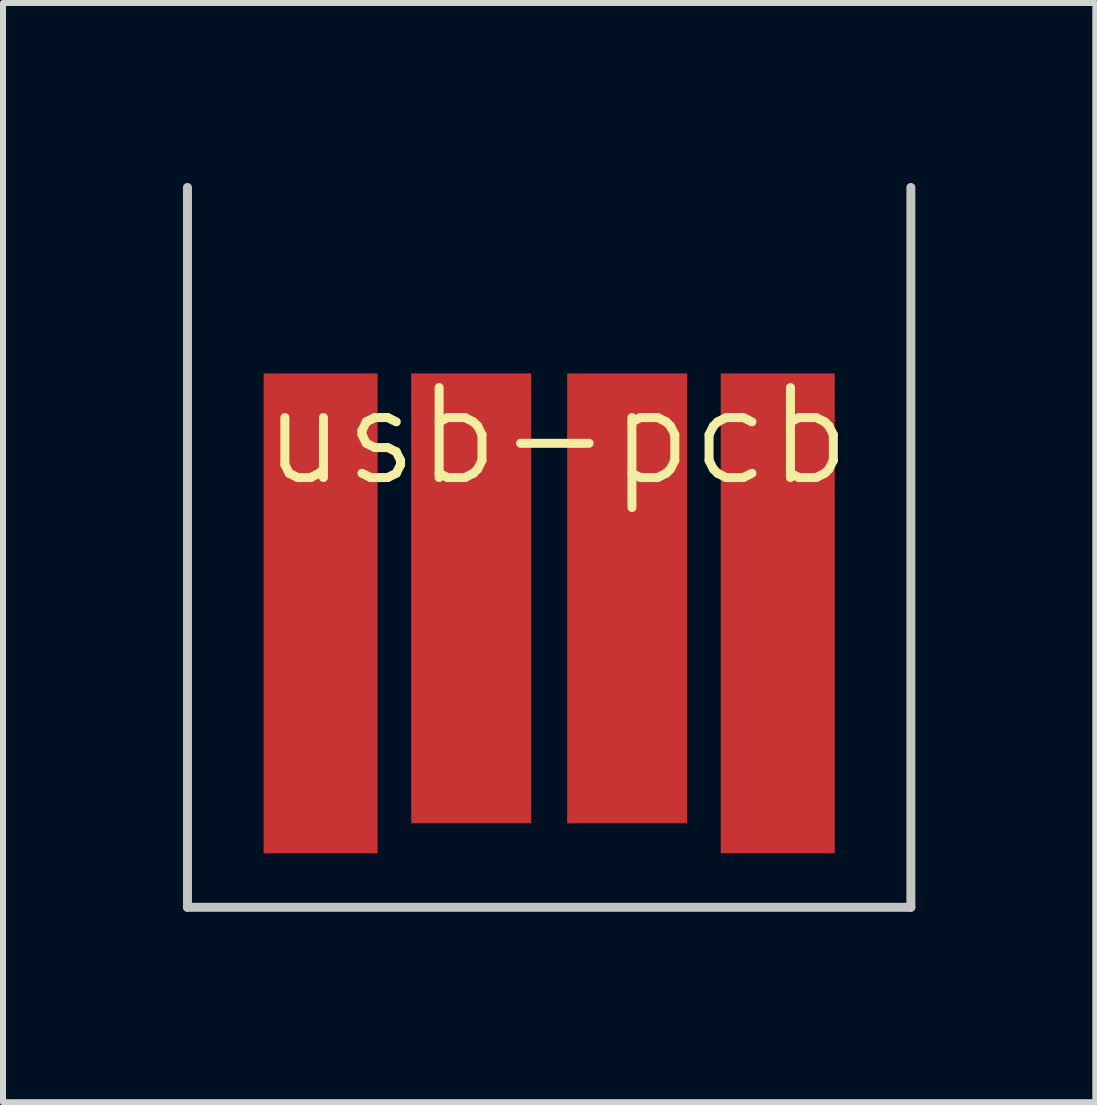
<source format=kicad_pcb>
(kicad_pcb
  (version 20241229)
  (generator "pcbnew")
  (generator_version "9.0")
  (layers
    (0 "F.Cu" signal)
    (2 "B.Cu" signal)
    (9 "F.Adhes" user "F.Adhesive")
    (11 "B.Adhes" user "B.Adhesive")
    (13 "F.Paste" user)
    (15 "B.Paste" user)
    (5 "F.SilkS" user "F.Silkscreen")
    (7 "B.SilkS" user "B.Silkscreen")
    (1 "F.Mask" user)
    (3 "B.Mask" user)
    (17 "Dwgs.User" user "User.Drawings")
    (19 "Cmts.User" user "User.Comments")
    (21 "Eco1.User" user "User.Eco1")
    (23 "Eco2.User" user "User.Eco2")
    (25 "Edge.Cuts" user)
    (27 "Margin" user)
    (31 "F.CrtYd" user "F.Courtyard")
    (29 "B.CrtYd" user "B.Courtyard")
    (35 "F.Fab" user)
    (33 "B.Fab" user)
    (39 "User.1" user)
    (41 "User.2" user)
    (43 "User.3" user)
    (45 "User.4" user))
  (footprint "usb-pcb"
    (layer "F.Cu")
    (at 6.105 12.075)
    (property "Reference" "usb-pcb" (at 0.13 -7.85 0) (layer "F.SilkS") (effects (font (size 1.5 1.5) (thickness 0.15))))
    (attr exclude_from_pos_files exclude_from_bom)
    (fp_line (start -6.03 0) (end -6.03 -12) (stroke (width 0.15) (type solid)) (layer "Dwgs.User"))
    (fp_line (start 6.03 0) (end -6.03 0) (stroke (width 0.15) (type solid)) (layer "Dwgs.User"))
    (fp_line (start 6.03 0) (end 6.03 -12) (stroke (width 0.15) (type solid)) (layer "Dwgs.User"))
    (pad "1" connect rect (at 3.81 -4.9) (size 1.9 8) (layers "F.Cu" "F.Mask"))
    (pad "2" connect rect (at 1.3 -5.15) (size 2 7.5) (layers "F.Cu" "F.Mask"))
    (pad "3" connect rect (at -1.3 -5.15) (size 2 7.5) (layers "F.Cu" "F.Mask"))
    (pad "4" connect rect (at -3.81 -4.9) (size 1.9 8) (layers "F.Cu" "F.Mask")))
  (gr_rect
    (start -3 -3)
    (end 15.21 15.325)
    (stroke (width 0.1) (type default))
    (fill no)
    (layer "Edge.Cuts")))
</source>
